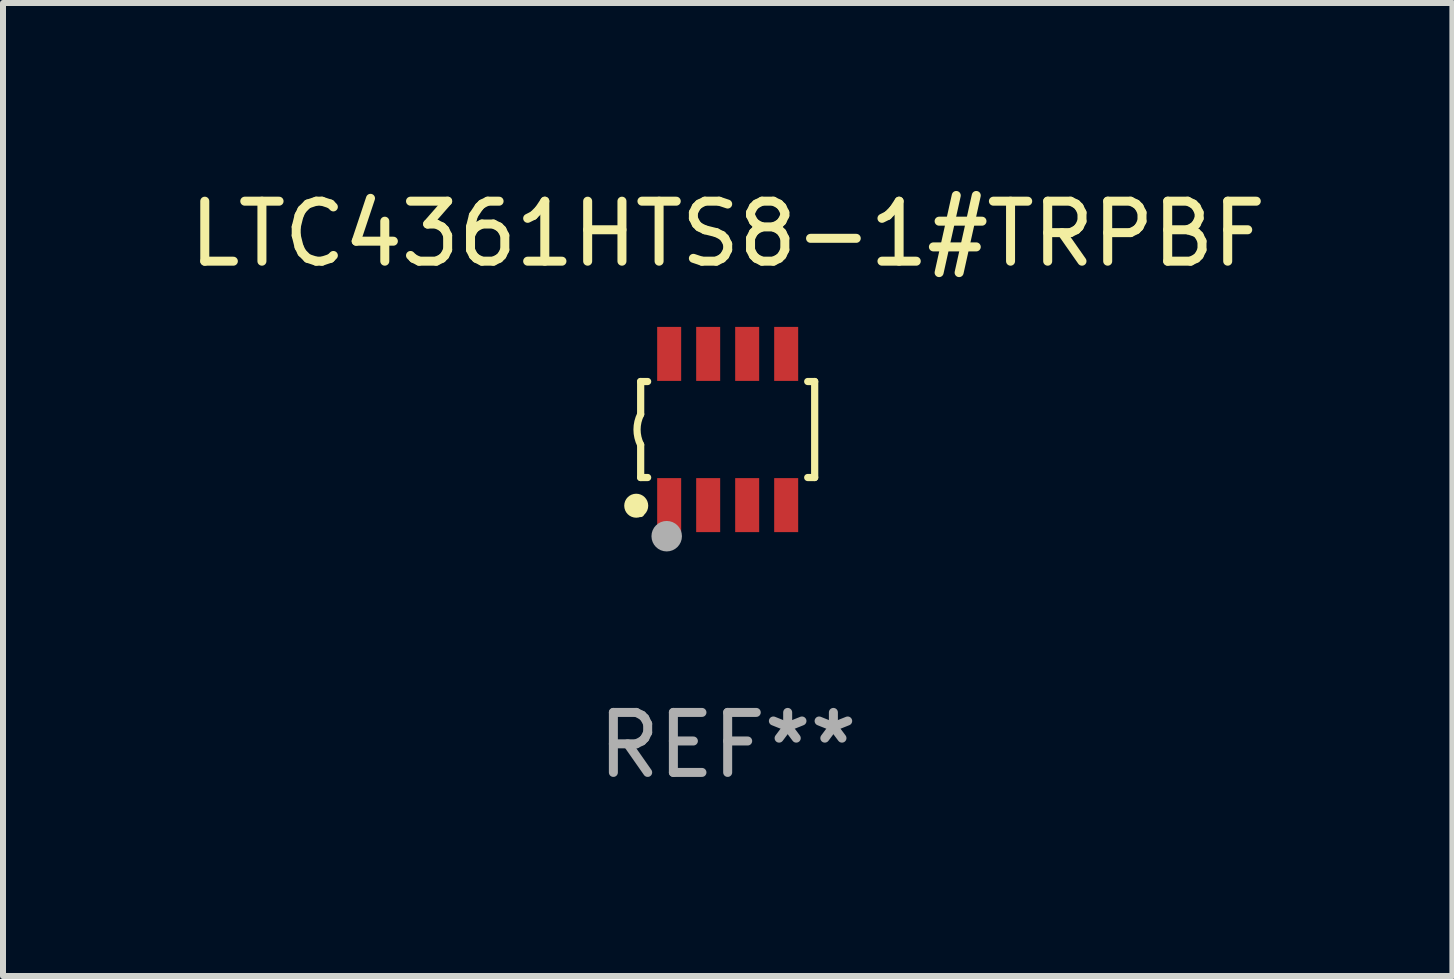
<source format=kicad_pcb>
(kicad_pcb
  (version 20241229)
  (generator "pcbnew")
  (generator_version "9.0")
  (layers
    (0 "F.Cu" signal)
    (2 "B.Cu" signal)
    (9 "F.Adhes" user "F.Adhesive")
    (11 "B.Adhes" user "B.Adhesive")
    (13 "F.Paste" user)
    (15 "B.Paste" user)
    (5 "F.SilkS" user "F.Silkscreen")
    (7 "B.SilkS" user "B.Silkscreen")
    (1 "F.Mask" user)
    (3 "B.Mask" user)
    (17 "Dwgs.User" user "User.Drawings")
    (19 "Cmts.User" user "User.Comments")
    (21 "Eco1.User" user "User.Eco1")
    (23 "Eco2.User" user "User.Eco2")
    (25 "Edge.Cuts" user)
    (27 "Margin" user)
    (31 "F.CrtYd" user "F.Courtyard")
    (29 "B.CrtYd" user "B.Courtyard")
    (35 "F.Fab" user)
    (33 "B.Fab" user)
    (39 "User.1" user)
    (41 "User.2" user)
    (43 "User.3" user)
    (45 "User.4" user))
  (footprint "LTC4361HTS8-1#TRPBF"
    (layer "F.Cu")
    (at 9.077 4.108)
    (property "Reference" "LTC4361HTS8-1#TRPBF" (at 0 -3.26 0) (layer "F.SilkS") (effects (font (size 1 1) (thickness 0.15))))
    (attr through_hole)
    (fp_line (start -1.45 -0.8) (end -1.45 -0.254) (stroke (width 0.12) (type solid)) (layer "F.SilkS"))
    (fp_line (start -1.45 -0.8) (end -1.334 -0.8) (stroke (width 0.12) (type solid)) (layer "F.SilkS"))
    (fp_line (start -1.45 0.8) (end -1.45 0.254) (stroke (width 0.12) (type solid)) (layer "F.SilkS"))
    (fp_line (start -1.45 0.8) (end -1.334 0.8) (stroke (width 0.12) (type solid)) (layer "F.SilkS"))
    (fp_line (start 1.334 -0.8) (end 1.45 -0.8) (stroke (width 0.12) (type solid)) (layer "F.SilkS"))
    (fp_line (start 1.334 0.8) (end 1.45 0.8) (stroke (width 0.12) (type solid)) (layer "F.SilkS"))
    (fp_line (start 1.45 0.8) (end 1.45 -0.8) (stroke (width 0.12) (type solid)) (layer "F.SilkS"))
    (fp_arc (start -1.45075 0.255144) (mid -1.510605 0.000434) (end -1.450013 -0.254102) (stroke (width 0.11999) (type solid)) (layer "F.SilkS"))
    (fp_circle (center -1.524 1.27) (end -1.424 1.27) (stroke (width 0.2) (type solid)) (fill no) (layer "F.SilkS"))
    (fp_circle (center -1.45 1.4) (end -1.42 1.4) (stroke (width 0.06) (type solid)) (fill no) (layer "F.SilkS"))
    (fp_circle (center -1.016 1.778) (end -0.889 1.778) (stroke (width 0.254) (type solid)) (fill no) (layer "F.Fab"))
    (fp_text user "REF**" (at 0 5.26 0) (layer "F.Fab") (effects (font (size 1 1) (thickness 0.15))))
    (pad "1" smd rect (at -0.975 1.26) (size 0.4 0.9) (layers "F.Cu" "F.Mask" "F.Paste"))
    (pad "2" smd rect (at -0.325 1.26) (size 0.4 0.9) (layers "F.Cu" "F.Mask" "F.Paste"))
    (pad "3" smd rect (at 0.325 1.26) (size 0.4 0.9) (layers "F.Cu" "F.Mask" "F.Paste"))
    (pad "4" smd rect (at 0.975 1.26) (size 0.4 0.9) (layers "F.Cu" "F.Mask" "F.Paste"))
    (pad "5" smd rect (at 0.975 -1.26) (size 0.4 0.9) (layers "F.Cu" "F.Mask" "F.Paste"))
    (pad "6" smd rect (at 0.325 -1.26) (size 0.4 0.9) (layers "F.Cu" "F.Mask" "F.Paste"))
    (pad "7" smd rect (at -0.325 -1.26) (size 0.4 0.9) (layers "F.Cu" "F.Mask" "F.Paste"))
    (pad "8" smd rect (at -0.975 -1.26) (size 0.4 0.9) (layers "F.Cu" "F.Mask" "F.Paste")))
  (gr_rect
    (start -3 -3)
    (end 21.155 13.216)
    (stroke (width 0.1) (type default))
    (fill no)
    (layer "Edge.Cuts")))
</source>
